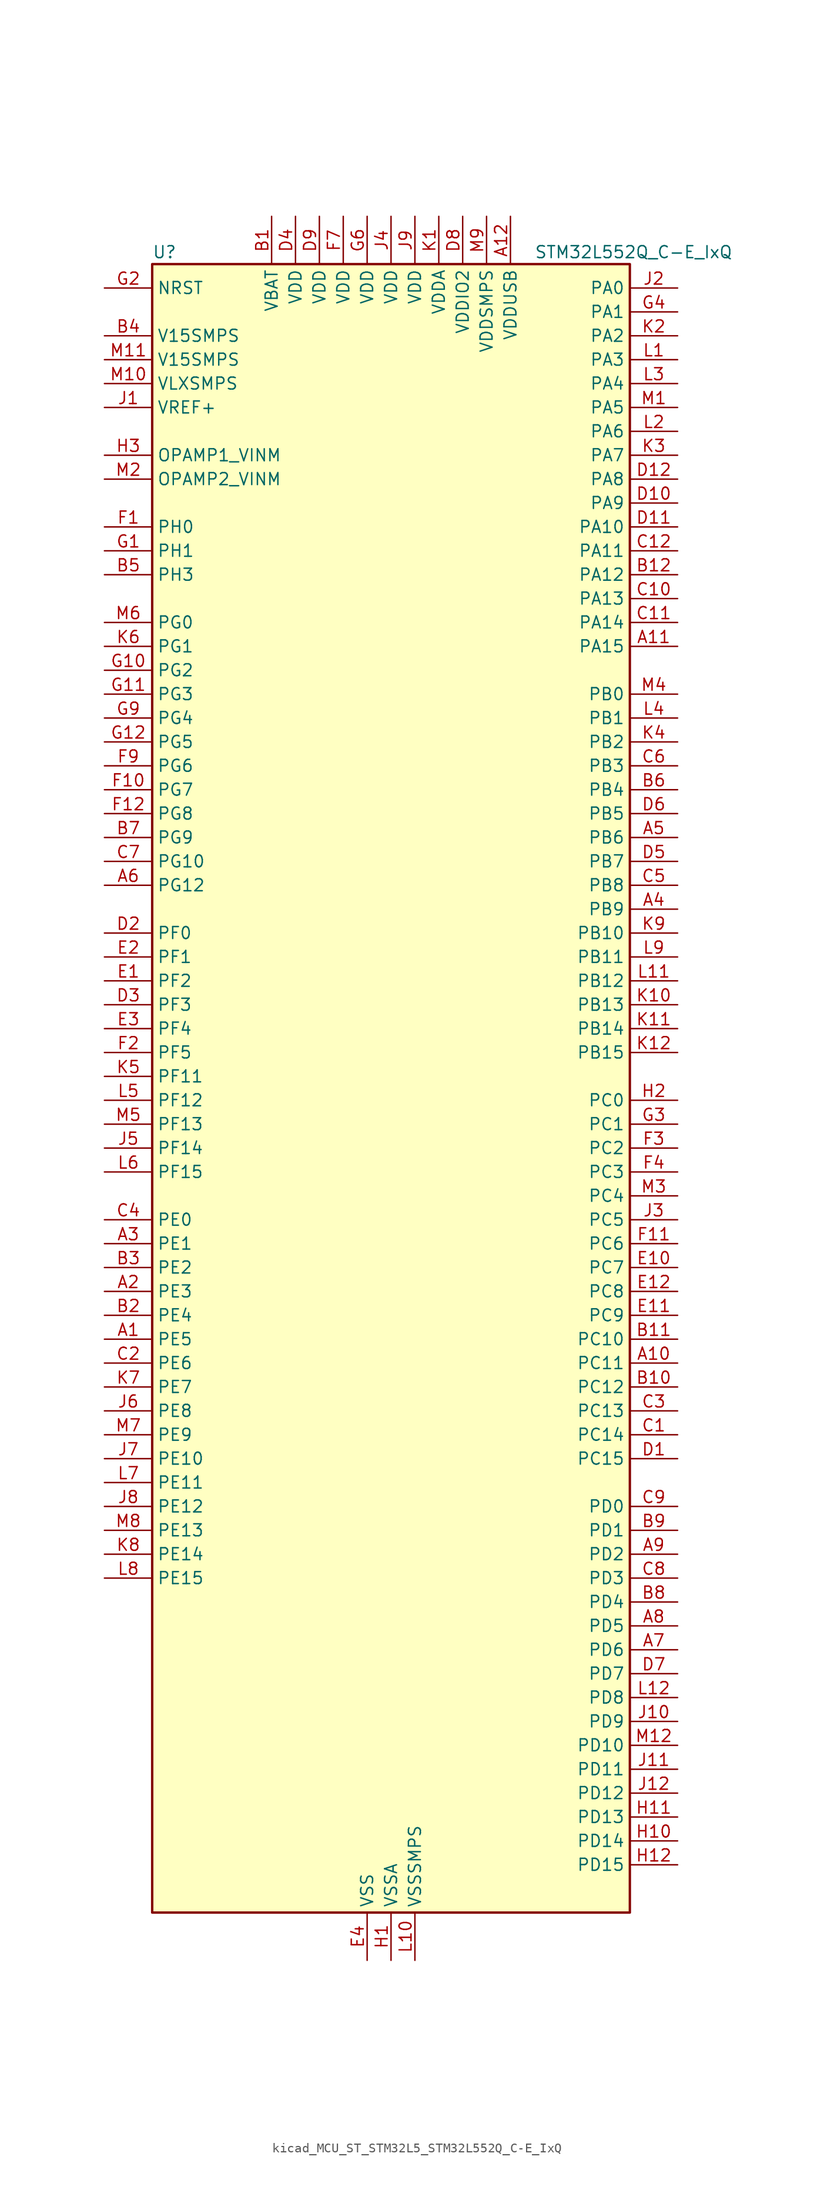
<source format=kicad_sym>
(kicad_symbol_lib
  (version 20220914)
  (generator kicad_symbol_editor)
  (symbol "kicad_MCU_ST_STM32L5_STM32L552Q_C-E_IxQ"
    (property "Reference" "U"
      (at -25.4 90.17 0)
      (effects (font (size 1.27 1.27)) (justify left)))
    (property "Value" "STM32L552Q_C-E_IxQ"
      (at 15.24 90.17 0)
      (effects (font (size 1.27 1.27)) (justify left)))
    (property "ki_locked" ""
      (at 0 0 0)
      (effects (font (size 1.27 1.27))))
    (symbol "kicad_MCU_ST_STM32L5_STM32L552Q_C-E_IxQ_0_1"
      (rectangle (start -25.4 -86.36) (end 25.4 88.9) (stroke (width 0.254) (type default)) (fill (type background))))
    (symbol "kicad_MCU_ST_STM32L5_STM32L552Q_C-E_IxQ_1_1"
      (pin bidirectional line (at -30.48 -25.4 0) (length 5.08) (name "PE5" (effects (font (size 1.27 1.27)))) (number "A1" (effects (font (size 1.27 1.27)))) (alternate "DEBUG_TRACED2" bidirectional line) (alternate "DFSDM1_CKIN3" bidirectional line) (alternate "FMC_A21" bidirectional line) (alternate "SAI1_CK2" bidirectional line) (alternate "SAI1_SCK_A" bidirectional line) (alternate "TIM3_CH3" bidirectional line) (alternate "TSC_G7_IO4" bidirectional line))
      (pin bidirectional line (at 30.48 -27.94 180) (length 5.08) (name "PC11" (effects (font (size 1.27 1.27)))) (number "A10" (effects (font (size 1.27 1.27)))) (alternate "ADC1_EXTI11" bidirectional line) (alternate "ADC2_EXTI11" bidirectional line) (alternate "LPTIM3_IN1" bidirectional line) (alternate "OCTOSPI1_NCS" bidirectional line) (alternate "SAI2_MCLK_B" bidirectional line) (alternate "SDMMC1_D3" bidirectional line) (alternate "SPI3_MISO" bidirectional line) (alternate "TSC_G3_IO3" bidirectional line) (alternate "UART4_RX" bidirectional line) (alternate "UCPD1_FRSTX2" bidirectional line) (alternate "USART3_RX" bidirectional line))
      (pin bidirectional line (at 30.48 48.26 180) (length 5.08) (name "PA15" (effects (font (size 1.27 1.27)))) (number "A11" (effects (font (size 1.27 1.27)))) (alternate "ADC1_EXTI15" bidirectional line) (alternate "ADC2_EXTI15" bidirectional line) (alternate "DEBUG_JTDI" bidirectional line) (alternate "SAI2_FS_B" bidirectional line) (alternate "SPI1_NSS" bidirectional line) (alternate "SPI3_NSS" bidirectional line) (alternate "TIM2_CH1" bidirectional line) (alternate "TIM2_ETR" bidirectional line) (alternate "UART4_DE" bidirectional line) (alternate "UART4_RTS" bidirectional line) (alternate "UCPD1_CC1" bidirectional line) (alternate "USART2_RX" bidirectional line) (alternate "USART3_DE" bidirectional line) (alternate "USART3_RTS" bidirectional line))
      (pin power_in line (at 12.7 93.98 270) (length 5.08) (name "VDDUSB" (effects (font (size 1.27 1.27)))) (number "A12" (effects (font (size 1.27 1.27)))))
      (pin bidirectional line (at -30.48 -20.32 0) (length 5.08) (name "PE3" (effects (font (size 1.27 1.27)))) (number "A2" (effects (font (size 1.27 1.27)))) (alternate "DEBUG_TRACED0" bidirectional line) (alternate "FMC_A19" bidirectional line) (alternate "OCTOSPI1_DQS" bidirectional line) (alternate "SAI1_SD_B" bidirectional line) (alternate "TIM3_CH1" bidirectional line) (alternate "TSC_G7_IO2" bidirectional line))
      (pin bidirectional line (at -30.48 -15.24 0) (length 5.08) (name "PE1" (effects (font (size 1.27 1.27)))) (number "A3" (effects (font (size 1.27 1.27)))) (alternate "FMC_NBL1" bidirectional line) (alternate "TIM17_CH1" bidirectional line))
      (pin bidirectional line (at 30.48 20.32 180) (length 5.08) (name "PB9" (effects (font (size 1.27 1.27)))) (number "A4" (effects (font (size 1.27 1.27)))) (alternate "DAC1_EXTI9" bidirectional line) (alternate "FDCAN1_TX" bidirectional line) (alternate "I2C1_SDA" bidirectional line) (alternate "IR_OUT" bidirectional line) (alternate "SAI1_D2" bidirectional line) (alternate "SAI1_FS_A" bidirectional line) (alternate "SDMMC1_CDIR" bidirectional line) (alternate "SDMMC1_D5" bidirectional line) (alternate "SPI2_NSS" bidirectional line) (alternate "TIM17_CH1" bidirectional line) (alternate "TIM4_CH4" bidirectional line))
      (pin bidirectional line (at 30.48 27.94 180) (length 5.08) (name "PB6" (effects (font (size 1.27 1.27)))) (number "A5" (effects (font (size 1.27 1.27)))) (alternate "COMP2_INP" bidirectional line) (alternate "I2C1_SCL" bidirectional line) (alternate "I2C4_SCL" bidirectional line) (alternate "LPTIM1_ETR" bidirectional line) (alternate "SAI1_FS_B" bidirectional line) (alternate "TIM16_CH1N" bidirectional line) (alternate "TIM4_CH1" bidirectional line) (alternate "TIM8_BKIN2" bidirectional line) (alternate "TSC_G2_IO3" bidirectional line) (alternate "USART1_TX" bidirectional line))
      (pin bidirectional line (at -30.48 22.86 0) (length 5.08) (name "PG12" (effects (font (size 1.27 1.27)))) (number "A6" (effects (font (size 1.27 1.27)))) (alternate "FMC_NE4" bidirectional line) (alternate "LPTIM1_ETR" bidirectional line) (alternate "SAI2_SD_A" bidirectional line) (alternate "SPI3_NSS" bidirectional line) (alternate "USART1_DE" bidirectional line) (alternate "USART1_RTS" bidirectional line))
      (pin bidirectional line (at 30.48 -58.42 180) (length 5.08) (name "PD6" (effects (font (size 1.27 1.27)))) (number "A7" (effects (font (size 1.27 1.27)))) (alternate "DFSDM1_DATIN1" bidirectional line) (alternate "FMC_NWAIT" bidirectional line) (alternate "OCTOSPI1_IO6" bidirectional line) (alternate "SAI1_D1" bidirectional line) (alternate "SAI1_SD_A" bidirectional line) (alternate "SPI3_MOSI" bidirectional line) (alternate "USART2_RX" bidirectional line))
      (pin bidirectional line (at 30.48 -55.88 180) (length 5.08) (name "PD5" (effects (font (size 1.27 1.27)))) (number "A8" (effects (font (size 1.27 1.27)))) (alternate "FMC_NWE" bidirectional line) (alternate "OCTOSPI1_IO5" bidirectional line) (alternate "USART2_TX" bidirectional line))
      (pin bidirectional line (at 30.48 -48.26 180) (length 5.08) (name "PD2" (effects (font (size 1.27 1.27)))) (number "A9" (effects (font (size 1.27 1.27)))) (alternate "DEBUG_TRACED2" bidirectional line) (alternate "SDMMC1_CMD" bidirectional line) (alternate "TIM3_ETR" bidirectional line) (alternate "TSC_SYNC" bidirectional line) (alternate "UART5_RX" bidirectional line) (alternate "USART3_DE" bidirectional line) (alternate "USART3_RTS" bidirectional line))
      (pin power_in line (at -12.7 93.98 270) (length 5.08) (name "VBAT" (effects (font (size 1.27 1.27)))) (number "B1" (effects (font (size 1.27 1.27)))))
      (pin bidirectional line (at 30.48 -30.48 180) (length 5.08) (name "PC12" (effects (font (size 1.27 1.27)))) (number "B10" (effects (font (size 1.27 1.27)))) (alternate "DEBUG_TRACED3" bidirectional line) (alternate "SAI2_SD_B" bidirectional line) (alternate "SDMMC1_CK" bidirectional line) (alternate "SPI3_MOSI" bidirectional line) (alternate "TSC_G3_IO4" bidirectional line) (alternate "UART5_TX" bidirectional line) (alternate "USART3_CK" bidirectional line))
      (pin bidirectional line (at 30.48 -25.4 180) (length 5.08) (name "PC10" (effects (font (size 1.27 1.27)))) (number "B11" (effects (font (size 1.27 1.27)))) (alternate "DEBUG_TRACED1" bidirectional line) (alternate "LPTIM3_ETR" bidirectional line) (alternate "SAI2_SCK_B" bidirectional line) (alternate "SDMMC1_D2" bidirectional line) (alternate "SPI3_SCK" bidirectional line) (alternate "TSC_G3_IO2" bidirectional line) (alternate "UART4_TX" bidirectional line) (alternate "USART3_TX" bidirectional line))
      (pin bidirectional line (at 30.48 55.88 180) (length 5.08) (name "PA12" (effects (font (size 1.27 1.27)))) (number "B12" (effects (font (size 1.27 1.27)))) (alternate "FDCAN1_TX" bidirectional line) (alternate "SPI1_MOSI" bidirectional line) (alternate "TIM1_ETR" bidirectional line) (alternate "USART1_DE" bidirectional line) (alternate "USART1_RTS" bidirectional line) (alternate "USB_DP" bidirectional line))
      (pin bidirectional line (at -30.48 -22.86 0) (length 5.08) (name "PE4" (effects (font (size 1.27 1.27)))) (number "B2" (effects (font (size 1.27 1.27)))) (alternate "DEBUG_TRACED1" bidirectional line) (alternate "DFSDM1_DATIN3" bidirectional line) (alternate "FMC_A20" bidirectional line) (alternate "SAI1_D2" bidirectional line) (alternate "SAI1_FS_A" bidirectional line) (alternate "TIM3_CH2" bidirectional line) (alternate "TSC_G7_IO3" bidirectional line))
      (pin bidirectional line (at -30.48 -17.78 0) (length 5.08) (name "PE2" (effects (font (size 1.27 1.27)))) (number "B3" (effects (font (size 1.27 1.27)))) (alternate "DEBUG_TRACECLK" bidirectional line) (alternate "FMC_A23" bidirectional line) (alternate "SAI1_CK1" bidirectional line) (alternate "SAI1_MCLK_A" bidirectional line) (alternate "TIM3_ETR" bidirectional line) (alternate "TSC_G7_IO1" bidirectional line))
      (pin power_in line (at -30.48 81.28 0) (length 5.08) (name "V15SMPS" (effects (font (size 1.27 1.27)))) (number "B4" (effects (font (size 1.27 1.27)))))
      (pin bidirectional line (at -30.48 55.88 0) (length 5.08) (name "PH3" (effects (font (size 1.27 1.27)))) (number "B5" (effects (font (size 1.27 1.27)))))
      (pin bidirectional line (at 30.48 33.02 180) (length 5.08) (name "PB4" (effects (font (size 1.27 1.27)))) (number "B6" (effects (font (size 1.27 1.27)))) (alternate "COMP2_INP" bidirectional line) (alternate "DEBUG_JTRST" bidirectional line) (alternate "I2C3_SDA" bidirectional line) (alternate "SAI1_MCLK_B" bidirectional line) (alternate "SPI1_MISO" bidirectional line) (alternate "SPI3_MISO" bidirectional line) (alternate "TIM17_BKIN" bidirectional line) (alternate "TIM3_CH1" bidirectional line) (alternate "TSC_G2_IO1" bidirectional line) (alternate "UART5_DE" bidirectional line) (alternate "UART5_RTS" bidirectional line) (alternate "USART1_CTS" bidirectional line) (alternate "USART1_NSS" bidirectional line))
      (pin bidirectional line (at -30.48 27.94 0) (length 5.08) (name "PG9" (effects (font (size 1.27 1.27)))) (number "B7" (effects (font (size 1.27 1.27)))) (alternate "DAC1_EXTI9" bidirectional line) (alternate "FMC_NCE" bidirectional line) (alternate "FMC_NE2" bidirectional line) (alternate "SAI2_SCK_A" bidirectional line) (alternate "SPI3_SCK" bidirectional line) (alternate "TIM15_CH1N" bidirectional line) (alternate "USART1_TX" bidirectional line))
      (pin bidirectional line (at 30.48 -53.34 180) (length 5.08) (name "PD4" (effects (font (size 1.27 1.27)))) (number "B8" (effects (font (size 1.27 1.27)))) (alternate "DFSDM1_CKIN0" bidirectional line) (alternate "FMC_NOE" bidirectional line) (alternate "OCTOSPI1_IO4" bidirectional line) (alternate "SPI2_MOSI" bidirectional line) (alternate "USART2_DE" bidirectional line) (alternate "USART2_RTS" bidirectional line))
      (pin bidirectional line (at 30.48 -45.72 180) (length 5.08) (name "PD1" (effects (font (size 1.27 1.27)))) (number "B9" (effects (font (size 1.27 1.27)))) (alternate "FDCAN1_TX" bidirectional line) (alternate "FMC_D3" bidirectional line) (alternate "FMC_DA3" bidirectional line) (alternate "SPI2_SCK" bidirectional line))
      (pin bidirectional line (at 30.48 -35.56 180) (length 5.08) (name "PC14" (effects (font (size 1.27 1.27)))) (number "C1" (effects (font (size 1.27 1.27)))) (alternate "RCC_OSC32_IN" bidirectional line))
      (pin bidirectional line (at 30.48 53.34 180) (length 5.08) (name "PA13" (effects (font (size 1.27 1.27)))) (number "C10" (effects (font (size 1.27 1.27)))) (alternate "DEBUG_JTMS-SWDIO" bidirectional line) (alternate "IR_OUT" bidirectional line) (alternate "SAI1_SD_B" bidirectional line) (alternate "USB_NOE" bidirectional line))
      (pin bidirectional line (at 30.48 50.8 180) (length 5.08) (name "PA14" (effects (font (size 1.27 1.27)))) (number "C11" (effects (font (size 1.27 1.27)))) (alternate "DEBUG_JTCK-SWCLK" bidirectional line) (alternate "I2C1_SMBA" bidirectional line) (alternate "I2C4_SMBA" bidirectional line) (alternate "LPTIM1_OUT" bidirectional line) (alternate "SAI1_FS_B" bidirectional line))
      (pin bidirectional line (at 30.48 58.42 180) (length 5.08) (name "PA11" (effects (font (size 1.27 1.27)))) (number "C12" (effects (font (size 1.27 1.27)))) (alternate "ADC1_EXTI11" bidirectional line) (alternate "ADC2_EXTI11" bidirectional line) (alternate "FDCAN1_RX" bidirectional line) (alternate "SPI1_MISO" bidirectional line) (alternate "TIM1_BKIN2" bidirectional line) (alternate "TIM1_CH4" bidirectional line) (alternate "USART1_CTS" bidirectional line) (alternate "USART1_NSS" bidirectional line) (alternate "USB_DM" bidirectional line))
      (pin bidirectional line (at -30.48 -27.94 0) (length 5.08) (name "PE6" (effects (font (size 1.27 1.27)))) (number "C2" (effects (font (size 1.27 1.27)))) (alternate "DEBUG_TRACED3" bidirectional line) (alternate "FMC_A22" bidirectional line) (alternate "PWR_WKUP3" bidirectional line) (alternate "SAI1_D1" bidirectional line) (alternate "SAI1_SD_A" bidirectional line) (alternate "TAMP_IN3" bidirectional line) (alternate "TAMP_OUT6" bidirectional line) (alternate "TIM3_CH4" bidirectional line))
      (pin bidirectional line (at 30.48 -33.02 180) (length 5.08) (name "PC13" (effects (font (size 1.27 1.27)))) (number "C3" (effects (font (size 1.27 1.27)))) (alternate "PWR_WKUP2" bidirectional line) (alternate "RTC_OUT1" bidirectional line) (alternate "RTC_TS" bidirectional line) (alternate "TAMP_IN1" bidirectional line) (alternate "TAMP_OUT2" bidirectional line))
      (pin bidirectional line (at -30.48 -12.7 0) (length 5.08) (name "PE0" (effects (font (size 1.27 1.27)))) (number "C4" (effects (font (size 1.27 1.27)))) (alternate "FMC_NBL0" bidirectional line) (alternate "TIM16_CH1" bidirectional line) (alternate "TIM4_ETR" bidirectional line))
      (pin bidirectional line (at 30.48 22.86 180) (length 5.08) (name "PB8" (effects (font (size 1.27 1.27)))) (number "C5" (effects (font (size 1.27 1.27)))) (alternate "DFSDM1_CKOUT" bidirectional line) (alternate "FDCAN1_RX" bidirectional line) (alternate "I2C1_SCL" bidirectional line) (alternate "SAI1_CK1" bidirectional line) (alternate "SAI1_MCLK_A" bidirectional line) (alternate "SDMMC1_CKIN" bidirectional line) (alternate "SDMMC1_D4" bidirectional line) (alternate "TIM16_CH1" bidirectional line) (alternate "TIM4_CH3" bidirectional line))
      (pin bidirectional line (at 30.48 35.56 180) (length 5.08) (name "PB3" (effects (font (size 1.27 1.27)))) (number "C6" (effects (font (size 1.27 1.27)))) (alternate "COMP2_INM" bidirectional line) (alternate "CRS_SYNC" bidirectional line) (alternate "DEBUG_JTDO-SWO" bidirectional line) (alternate "SAI1_SCK_B" bidirectional line) (alternate "SPI1_SCK" bidirectional line) (alternate "SPI3_SCK" bidirectional line) (alternate "TIM2_CH2" bidirectional line) (alternate "USART1_DE" bidirectional line) (alternate "USART1_RTS" bidirectional line))
      (pin bidirectional line (at -30.48 25.4 0) (length 5.08) (name "PG10" (effects (font (size 1.27 1.27)))) (number "C7" (effects (font (size 1.27 1.27)))) (alternate "FMC_NE3" bidirectional line) (alternate "LPTIM1_IN1" bidirectional line) (alternate "SAI2_FS_A" bidirectional line) (alternate "SPI3_MISO" bidirectional line) (alternate "TIM15_CH1" bidirectional line) (alternate "USART1_RX" bidirectional line))
      (pin bidirectional line (at 30.48 -50.8 180) (length 5.08) (name "PD3" (effects (font (size 1.27 1.27)))) (number "C8" (effects (font (size 1.27 1.27)))) (alternate "DFSDM1_DATIN0" bidirectional line) (alternate "FMC_CLK" bidirectional line) (alternate "SPI2_MISO" bidirectional line) (alternate "SPI2_SCK" bidirectional line) (alternate "USART2_CTS" bidirectional line) (alternate "USART2_NSS" bidirectional line))
      (pin bidirectional line (at 30.48 -43.18 180) (length 5.08) (name "PD0" (effects (font (size 1.27 1.27)))) (number "C9" (effects (font (size 1.27 1.27)))) (alternate "FDCAN1_RX" bidirectional line) (alternate "FMC_D2" bidirectional line) (alternate "FMC_DA2" bidirectional line) (alternate "SPI2_NSS" bidirectional line))
      (pin bidirectional line (at 30.48 -38.1 180) (length 5.08) (name "PC15" (effects (font (size 1.27 1.27)))) (number "D1" (effects (font (size 1.27 1.27)))) (alternate "ADC1_EXTI15" bidirectional line) (alternate "ADC2_EXTI15" bidirectional line) (alternate "RCC_OSC32_OUT" bidirectional line))
      (pin bidirectional line (at 30.48 63.5 180) (length 5.08) (name "PA9" (effects (font (size 1.27 1.27)))) (number "D10" (effects (font (size 1.27 1.27)))) (alternate "DAC1_EXTI9" bidirectional line) (alternate "SAI1_FS_A" bidirectional line) (alternate "SPI2_SCK" bidirectional line) (alternate "TIM15_BKIN" bidirectional line) (alternate "TIM1_CH2" bidirectional line) (alternate "USART1_TX" bidirectional line))
      (pin bidirectional line (at 30.48 60.96 180) (length 5.08) (name "PA10" (effects (font (size 1.27 1.27)))) (number "D11" (effects (font (size 1.27 1.27)))) (alternate "CRS_SYNC" bidirectional line) (alternate "SAI1_D1" bidirectional line) (alternate "SAI1_SD_A" bidirectional line) (alternate "TIM17_BKIN" bidirectional line) (alternate "TIM1_CH3" bidirectional line) (alternate "USART1_RX" bidirectional line))
      (pin bidirectional line (at 30.48 66.04 180) (length 5.08) (name "PA8" (effects (font (size 1.27 1.27)))) (number "D12" (effects (font (size 1.27 1.27)))) (alternate "LPTIM2_OUT" bidirectional line) (alternate "RCC_MCO" bidirectional line) (alternate "SAI1_CK2" bidirectional line) (alternate "SAI1_SCK_A" bidirectional line) (alternate "TIM1_CH1" bidirectional line) (alternate "USART1_CK" bidirectional line))
      (pin bidirectional line (at -30.48 17.78 0) (length 5.08) (name "PF0" (effects (font (size 1.27 1.27)))) (number "D2" (effects (font (size 1.27 1.27)))) (alternate "FMC_A0" bidirectional line) (alternate "I2C2_SDA" bidirectional line))
      (pin bidirectional line (at -30.48 10.16 0) (length 5.08) (name "PF3" (effects (font (size 1.27 1.27)))) (number "D3" (effects (font (size 1.27 1.27)))) (alternate "FMC_A3" bidirectional line) (alternate "LPTIM3_IN1" bidirectional line))
      (pin power_in line (at -10.16 93.98 270) (length 5.08) (name "VDD" (effects (font (size 1.27 1.27)))) (number "D4" (effects (font (size 1.27 1.27)))))
      (pin bidirectional line (at 30.48 25.4 180) (length 5.08) (name "PB7" (effects (font (size 1.27 1.27)))) (number "D5" (effects (font (size 1.27 1.27)))) (alternate "COMP2_INM" bidirectional line) (alternate "FMC_NL" bidirectional line) (alternate "I2C1_SDA" bidirectional line) (alternate "I2C4_SDA" bidirectional line) (alternate "LPTIM1_IN2" bidirectional line) (alternate "PWR_PVD_IN" bidirectional line) (alternate "TIM17_CH1N" bidirectional line) (alternate "TIM4_CH2" bidirectional line) (alternate "TIM8_BKIN" bidirectional line) (alternate "TSC_G2_IO4" bidirectional line) (alternate "UART4_CTS" bidirectional line) (alternate "USART1_RX" bidirectional line))
      (pin bidirectional line (at 30.48 30.48 180) (length 5.08) (name "PB5" (effects (font (size 1.27 1.27)))) (number "D6" (effects (font (size 1.27 1.27)))) (alternate "COMP2_OUT" bidirectional line) (alternate "I2C1_SMBA" bidirectional line) (alternate "LPTIM1_IN1" bidirectional line) (alternate "OCTOSPI1_NCLK" bidirectional line) (alternate "SAI1_SD_B" bidirectional line) (alternate "SPI1_MOSI" bidirectional line) (alternate "SPI3_MOSI" bidirectional line) (alternate "TIM16_BKIN" bidirectional line) (alternate "TIM3_CH2" bidirectional line) (alternate "TSC_G2_IO2" bidirectional line) (alternate "UART5_CTS" bidirectional line) (alternate "UCPD1_DBCC1" bidirectional line) (alternate "USART1_CK" bidirectional line))
      (pin bidirectional line (at 30.48 -60.96 180) (length 5.08) (name "PD7" (effects (font (size 1.27 1.27)))) (number "D7" (effects (font (size 1.27 1.27)))) (alternate "DFSDM1_CKIN1" bidirectional line) (alternate "FMC_NCE" bidirectional line) (alternate "FMC_NE1" bidirectional line) (alternate "OCTOSPI1_IO7" bidirectional line) (alternate "USART2_CK" bidirectional line))
      (pin power_in line (at 7.62 93.98 270) (length 5.08) (name "VDDIO2" (effects (font (size 1.27 1.27)))) (number "D8" (effects (font (size 1.27 1.27)))))
      (pin power_in line (at -7.62 93.98 270) (length 5.08) (name "VDD" (effects (font (size 1.27 1.27)))) (number "D9" (effects (font (size 1.27 1.27)))))
      (pin bidirectional line (at -30.48 12.7 0) (length 5.08) (name "PF2" (effects (font (size 1.27 1.27)))) (number "E1" (effects (font (size 1.27 1.27)))) (alternate "FMC_A2" bidirectional line) (alternate "I2C2_SMBA" bidirectional line))
      (pin bidirectional line (at 30.48 -17.78 180) (length 5.08) (name "PC7" (effects (font (size 1.27 1.27)))) (number "E10" (effects (font (size 1.27 1.27)))) (alternate "DFSDM1_DATIN3" bidirectional line) (alternate "SAI2_MCLK_B" bidirectional line) (alternate "SDMMC1_D123DIR" bidirectional line) (alternate "SDMMC1_D7" bidirectional line) (alternate "TIM3_CH2" bidirectional line) (alternate "TIM8_CH2" bidirectional line) (alternate "TSC_G4_IO2" bidirectional line))
      (pin bidirectional line (at 30.48 -22.86 180) (length 5.08) (name "PC9" (effects (font (size 1.27 1.27)))) (number "E11" (effects (font (size 1.27 1.27)))) (alternate "DAC1_EXTI9" bidirectional line) (alternate "DEBUG_TRACED0" bidirectional line) (alternate "SAI2_EXTCLK" bidirectional line) (alternate "SDMMC1_D1" bidirectional line) (alternate "TIM3_CH4" bidirectional line) (alternate "TIM8_BKIN2" bidirectional line) (alternate "TIM8_CH4" bidirectional line) (alternate "TSC_G4_IO4" bidirectional line) (alternate "USB_NOE" bidirectional line))
      (pin bidirectional line (at 30.48 -20.32 180) (length 5.08) (name "PC8" (effects (font (size 1.27 1.27)))) (number "E12" (effects (font (size 1.27 1.27)))) (alternate "SDMMC1_D0" bidirectional line) (alternate "TIM3_CH3" bidirectional line) (alternate "TIM8_CH3" bidirectional line) (alternate "TSC_G4_IO3" bidirectional line))
      (pin bidirectional line (at -30.48 15.24 0) (length 5.08) (name "PF1" (effects (font (size 1.27 1.27)))) (number "E2" (effects (font (size 1.27 1.27)))) (alternate "FMC_A1" bidirectional line) (alternate "I2C2_SCL" bidirectional line))
      (pin bidirectional line (at -30.48 7.62 0) (length 5.08) (name "PF4" (effects (font (size 1.27 1.27)))) (number "E3" (effects (font (size 1.27 1.27)))) (alternate "FMC_A4" bidirectional line) (alternate "LPTIM3_ETR" bidirectional line))
      (pin power_in line (at -2.54 -91.44 90) (length 5.08) (name "VSS" (effects (font (size 1.27 1.27)))) (number "E4" (effects (font (size 1.27 1.27)))))
      (pin passive line (at -2.54 -91.44 90) (length 5.08) hide (name "VSS" (effects (font (size 1.27 1.27)))) (number "E9" (effects (font (size 1.27 1.27)))))
      (pin bidirectional line (at -30.48 60.96 0) (length 5.08) (name "PH0" (effects (font (size 1.27 1.27)))) (number "F1" (effects (font (size 1.27 1.27)))) (alternate "RCC_OSC_IN" bidirectional line))
      (pin bidirectional line (at -30.48 33.02 0) (length 5.08) (name "PG7" (effects (font (size 1.27 1.27)))) (number "F10" (effects (font (size 1.27 1.27)))) (alternate "DFSDM1_CKOUT" bidirectional line) (alternate "FMC_INT" bidirectional line) (alternate "I2C3_SCL" bidirectional line) (alternate "LPUART1_TX" bidirectional line) (alternate "SAI1_CK1" bidirectional line) (alternate "SAI1_MCLK_A" bidirectional line) (alternate "UCPD1_FRSTX2" bidirectional line))
      (pin bidirectional line (at 30.48 -15.24 180) (length 5.08) (name "PC6" (effects (font (size 1.27 1.27)))) (number "F11" (effects (font (size 1.27 1.27)))) (alternate "DFSDM1_CKIN3" bidirectional line) (alternate "SAI2_MCLK_A" bidirectional line) (alternate "SDMMC1_D0DIR" bidirectional line) (alternate "SDMMC1_D6" bidirectional line) (alternate "TIM3_CH1" bidirectional line) (alternate "TIM8_CH1" bidirectional line) (alternate "TSC_G4_IO1" bidirectional line))
      (pin bidirectional line (at -30.48 30.48 0) (length 5.08) (name "PG8" (effects (font (size 1.27 1.27)))) (number "F12" (effects (font (size 1.27 1.27)))) (alternate "I2C3_SDA" bidirectional line) (alternate "LPUART1_RX" bidirectional line))
      (pin bidirectional line (at -30.48 5.08 0) (length 5.08) (name "PF5" (effects (font (size 1.27 1.27)))) (number "F2" (effects (font (size 1.27 1.27)))) (alternate "FMC_A5" bidirectional line) (alternate "LPTIM3_OUT" bidirectional line))
      (pin bidirectional line (at 30.48 -5.08 180) (length 5.08) (name "PC2" (effects (font (size 1.27 1.27)))) (number "F3" (effects (font (size 1.27 1.27)))) (alternate "ADC1_IN3" bidirectional line) (alternate "ADC2_IN3" bidirectional line) (alternate "DFSDM1_CKOUT" bidirectional line) (alternate "LPTIM1_IN2" bidirectional line) (alternate "OCTOSPI1_IO5" bidirectional line) (alternate "SPI2_MISO" bidirectional line))
      (pin bidirectional line (at 30.48 -7.62 180) (length 5.08) (name "PC3" (effects (font (size 1.27 1.27)))) (number "F4" (effects (font (size 1.27 1.27)))) (alternate "ADC1_IN4" bidirectional line) (alternate "ADC2_IN4" bidirectional line) (alternate "LPTIM1_ETR" bidirectional line) (alternate "LPTIM2_ETR" bidirectional line) (alternate "LPTIM3_OUT" bidirectional line) (alternate "OCTOSPI1_IO6" bidirectional line) (alternate "SAI1_D1" bidirectional line) (alternate "SAI1_SD_A" bidirectional line) (alternate "SPI2_MOSI" bidirectional line))
      (pin passive line (at -2.54 -91.44 90) (length 5.08) hide (name "VSS" (effects (font (size 1.27 1.27)))) (number "F6" (effects (font (size 1.27 1.27)))))
      (pin power_in line (at -5.08 93.98 270) (length 5.08) (name "VDD" (effects (font (size 1.27 1.27)))) (number "F7" (effects (font (size 1.27 1.27)))))
      (pin bidirectional line (at -30.48 35.56 0) (length 5.08) (name "PG6" (effects (font (size 1.27 1.27)))) (number "F9" (effects (font (size 1.27 1.27)))) (alternate "I2C3_SMBA" bidirectional line) (alternate "LPUART1_DE" bidirectional line) (alternate "LPUART1_RTS" bidirectional line) (alternate "OCTOSPI1_DQS" bidirectional line) (alternate "UCPD1_FRSTX1" bidirectional line))
      (pin bidirectional line (at -30.48 58.42 0) (length 5.08) (name "PH1" (effects (font (size 1.27 1.27)))) (number "G1" (effects (font (size 1.27 1.27)))) (alternate "RCC_OSC_OUT" bidirectional line))
      (pin bidirectional line (at -30.48 45.72 0) (length 5.08) (name "PG2" (effects (font (size 1.27 1.27)))) (number "G10" (effects (font (size 1.27 1.27)))) (alternate "FMC_A12" bidirectional line) (alternate "SAI2_SCK_B" bidirectional line) (alternate "SPI1_SCK" bidirectional line))
      (pin bidirectional line (at -30.48 43.18 0) (length 5.08) (name "PG3" (effects (font (size 1.27 1.27)))) (number "G11" (effects (font (size 1.27 1.27)))) (alternate "FMC_A13" bidirectional line) (alternate "SAI2_FS_B" bidirectional line) (alternate "SPI1_MISO" bidirectional line))
      (pin bidirectional line (at -30.48 38.1 0) (length 5.08) (name "PG5" (effects (font (size 1.27 1.27)))) (number "G12" (effects (font (size 1.27 1.27)))) (alternate "FMC_A15" bidirectional line) (alternate "LPUART1_CTS" bidirectional line) (alternate "SAI2_SD_B" bidirectional line) (alternate "SPI1_NSS" bidirectional line))
      (pin input line (at -30.48 86.36 0) (length 5.08) (name "NRST" (effects (font (size 1.27 1.27)))) (number "G2" (effects (font (size 1.27 1.27)))))
      (pin bidirectional line (at 30.48 -2.54 180) (length 5.08) (name "PC1" (effects (font (size 1.27 1.27)))) (number "G3" (effects (font (size 1.27 1.27)))) (alternate "ADC1_IN2" bidirectional line) (alternate "ADC2_IN2" bidirectional line) (alternate "DEBUG_TRACED0" bidirectional line) (alternate "I2C3_SDA" bidirectional line) (alternate "LPTIM1_OUT" bidirectional line) (alternate "LPUART1_TX" bidirectional line) (alternate "OCTOSPI1_IO4" bidirectional line) (alternate "SAI1_SD_A" bidirectional line) (alternate "SPI2_MOSI" bidirectional line))
      (pin bidirectional line (at 30.48 83.82 180) (length 5.08) (name "PA1" (effects (font (size 1.27 1.27)))) (number "G4" (effects (font (size 1.27 1.27)))) (alternate "ADC1_IN6" bidirectional line) (alternate "ADC2_IN6" bidirectional line) (alternate "I2C1_SMBA" bidirectional line) (alternate "OCTOSPI1_DQS" bidirectional line) (alternate "OPAMP1_VINM" bidirectional line) (alternate "SPI1_SCK" bidirectional line) (alternate "TAMP_IN5" bidirectional line) (alternate "TAMP_OUT4" bidirectional line) (alternate "TIM15_CH1N" bidirectional line) (alternate "TIM2_CH2" bidirectional line) (alternate "TIM5_CH2" bidirectional line) (alternate "UART4_RX" bidirectional line) (alternate "USART2_DE" bidirectional line) (alternate "USART2_RTS" bidirectional line))
      (pin power_in line (at -2.54 93.98 270) (length 5.08) (name "VDD" (effects (font (size 1.27 1.27)))) (number "G6" (effects (font (size 1.27 1.27)))))
      (pin passive line (at -2.54 -91.44 90) (length 5.08) hide (name "VSS" (effects (font (size 1.27 1.27)))) (number "G7" (effects (font (size 1.27 1.27)))))
      (pin bidirectional line (at -30.48 40.64 0) (length 5.08) (name "PG4" (effects (font (size 1.27 1.27)))) (number "G9" (effects (font (size 1.27 1.27)))) (alternate "FMC_A14" bidirectional line) (alternate "SAI2_MCLK_B" bidirectional line) (alternate "SPI1_MOSI" bidirectional line))
      (pin power_in line (at 0 -91.44 90) (length 5.08) (name "VSSA" (effects (font (size 1.27 1.27)))) (number "H1" (effects (font (size 1.27 1.27)))))
      (pin bidirectional line (at 30.48 -78.74 180) (length 5.08) (name "PD14" (effects (font (size 1.27 1.27)))) (number "H10" (effects (font (size 1.27 1.27)))) (alternate "FMC_D0" bidirectional line) (alternate "FMC_DA0" bidirectional line) (alternate "TIM4_CH3" bidirectional line))
      (pin bidirectional line (at 30.48 -76.2 180) (length 5.08) (name "PD13" (effects (font (size 1.27 1.27)))) (number "H11" (effects (font (size 1.27 1.27)))) (alternate "FMC_A18" bidirectional line) (alternate "I2C4_SDA" bidirectional line) (alternate "LPTIM2_OUT" bidirectional line) (alternate "TIM4_CH2" bidirectional line) (alternate "TSC_G6_IO4" bidirectional line))
      (pin bidirectional line (at 30.48 -81.28 180) (length 5.08) (name "PD15" (effects (font (size 1.27 1.27)))) (number "H12" (effects (font (size 1.27 1.27)))) (alternate "ADC1_EXTI15" bidirectional line) (alternate "ADC2_EXTI15" bidirectional line) (alternate "FMC_D1" bidirectional line) (alternate "FMC_DA1" bidirectional line) (alternate "TIM4_CH4" bidirectional line))
      (pin bidirectional line (at 30.48 0 180) (length 5.08) (name "PC0" (effects (font (size 1.27 1.27)))) (number "H2" (effects (font (size 1.27 1.27)))) (alternate "ADC1_IN1" bidirectional line) (alternate "ADC2_IN1" bidirectional line) (alternate "I2C3_SCL" bidirectional line) (alternate "LPTIM1_IN1" bidirectional line) (alternate "LPTIM2_IN1" bidirectional line) (alternate "LPUART1_RX" bidirectional line) (alternate "OCTOSPI1_IO7" bidirectional line) (alternate "SAI2_FS_A" bidirectional line) (alternate "SDMMC1_D5" bidirectional line))
      (pin bidirectional line (at -30.48 68.58 0) (length 5.08) (name "OPAMP1_VINM" (effects (font (size 1.27 1.27)))) (number "H3" (effects (font (size 1.27 1.27)))) (alternate "OPAMP1_VINM" bidirectional line))
      (pin passive line (at -2.54 -91.44 90) (length 5.08) hide (name "VSS" (effects (font (size 1.27 1.27)))) (number "H4" (effects (font (size 1.27 1.27)))))
      (pin passive line (at -2.54 -91.44 90) (length 5.08) hide (name "VSS" (effects (font (size 1.27 1.27)))) (number "H9" (effects (font (size 1.27 1.27)))))
      (pin input line (at -30.48 73.66 0) (length 5.08) (name "VREF+" (effects (font (size 1.27 1.27)))) (number "J1" (effects (font (size 1.27 1.27)))))
      (pin bidirectional line (at 30.48 -66.04 180) (length 5.08) (name "PD9" (effects (font (size 1.27 1.27)))) (number "J10" (effects (font (size 1.27 1.27)))) (alternate "DAC1_EXTI9" bidirectional line) (alternate "FMC_D14" bidirectional line) (alternate "FMC_DA14" bidirectional line) (alternate "SAI2_MCLK_A" bidirectional line) (alternate "USART3_RX" bidirectional line))
      (pin bidirectional line (at 30.48 -71.12 180) (length 5.08) (name "PD11" (effects (font (size 1.27 1.27)))) (number "J11" (effects (font (size 1.27 1.27)))) (alternate "ADC1_EXTI11" bidirectional line) (alternate "ADC2_EXTI11" bidirectional line) (alternate "FMC_A16" bidirectional line) (alternate "FMC_CLE" bidirectional line) (alternate "I2C4_SMBA" bidirectional line) (alternate "LPTIM2_ETR" bidirectional line) (alternate "SAI2_SD_A" bidirectional line) (alternate "TSC_G6_IO2" bidirectional line) (alternate "USART3_CTS" bidirectional line) (alternate "USART3_NSS" bidirectional line))
      (pin bidirectional line (at 30.48 -73.66 180) (length 5.08) (name "PD12" (effects (font (size 1.27 1.27)))) (number "J12" (effects (font (size 1.27 1.27)))) (alternate "FMC_A17" bidirectional line) (alternate "FMC_ALE" bidirectional line) (alternate "I2C4_SCL" bidirectional line) (alternate "LPTIM2_IN1" bidirectional line) (alternate "SAI2_FS_A" bidirectional line) (alternate "TIM4_CH1" bidirectional line) (alternate "TSC_G6_IO3" bidirectional line) (alternate "USART3_DE" bidirectional line) (alternate "USART3_RTS" bidirectional line))
      (pin bidirectional line (at 30.48 86.36 180) (length 5.08) (name "PA0" (effects (font (size 1.27 1.27)))) (number "J2" (effects (font (size 1.27 1.27)))) (alternate "ADC1_IN5" bidirectional line) (alternate "ADC2_IN5" bidirectional line) (alternate "OPAMP1_VINP" bidirectional line) (alternate "PWR_WKUP1" bidirectional line) (alternate "SAI1_EXTCLK" bidirectional line) (alternate "TAMP_IN2" bidirectional line) (alternate "TAMP_OUT1" bidirectional line) (alternate "TIM2_CH1" bidirectional line) (alternate "TIM2_ETR" bidirectional line) (alternate "TIM5_CH1" bidirectional line) (alternate "TIM8_ETR" bidirectional line) (alternate "UART4_TX" bidirectional line) (alternate "USART2_CTS" bidirectional line) (alternate "USART2_NSS" bidirectional line))
      (pin bidirectional line (at 30.48 -12.7 180) (length 5.08) (name "PC5" (effects (font (size 1.27 1.27)))) (number "J3" (effects (font (size 1.27 1.27)))) (alternate "ADC1_IN14" bidirectional line) (alternate "ADC2_IN14" bidirectional line) (alternate "COMP1_INP" bidirectional line) (alternate "PWR_WKUP5" bidirectional line) (alternate "SAI1_D3" bidirectional line) (alternate "TAMP_IN4" bidirectional line) (alternate "TAMP_OUT5" bidirectional line) (alternate "USART3_RX" bidirectional line))
      (pin power_in line (at 0 93.98 270) (length 5.08) (name "VDD" (effects (font (size 1.27 1.27)))) (number "J4" (effects (font (size 1.27 1.27)))))
      (pin bidirectional line (at -30.48 -5.08 0) (length 5.08) (name "PF14" (effects (font (size 1.27 1.27)))) (number "J5" (effects (font (size 1.27 1.27)))) (alternate "FMC_A8" bidirectional line) (alternate "I2C4_SCL" bidirectional line) (alternate "TSC_G8_IO1" bidirectional line))
      (pin bidirectional line (at -30.48 -33.02 0) (length 5.08) (name "PE8" (effects (font (size 1.27 1.27)))) (number "J6" (effects (font (size 1.27 1.27)))) (alternate "DFSDM1_CKIN2" bidirectional line) (alternate "FMC_D5" bidirectional line) (alternate "FMC_DA5" bidirectional line) (alternate "SAI1_SCK_B" bidirectional line) (alternate "TIM1_CH1N" bidirectional line))
      (pin bidirectional line (at -30.48 -38.1 0) (length 5.08) (name "PE10" (effects (font (size 1.27 1.27)))) (number "J7" (effects (font (size 1.27 1.27)))) (alternate "FMC_D7" bidirectional line) (alternate "FMC_DA7" bidirectional line) (alternate "OCTOSPI1_CLK" bidirectional line) (alternate "SAI1_MCLK_B" bidirectional line) (alternate "TIM1_CH2N" bidirectional line) (alternate "TSC_G5_IO1" bidirectional line))
      (pin bidirectional line (at -30.48 -43.18 0) (length 5.08) (name "PE12" (effects (font (size 1.27 1.27)))) (number "J8" (effects (font (size 1.27 1.27)))) (alternate "FMC_D9" bidirectional line) (alternate "FMC_DA9" bidirectional line) (alternate "OCTOSPI1_IO0" bidirectional line) (alternate "SPI1_NSS" bidirectional line) (alternate "TIM1_CH3N" bidirectional line) (alternate "TSC_G5_IO3" bidirectional line))
      (pin power_in line (at 2.54 93.98 270) (length 5.08) (name "VDD" (effects (font (size 1.27 1.27)))) (number "J9" (effects (font (size 1.27 1.27)))))
      (pin power_in line (at 5.08 93.98 270) (length 5.08) (name "VDDA" (effects (font (size 1.27 1.27)))) (number "K1" (effects (font (size 1.27 1.27)))))
      (pin bidirectional line (at 30.48 10.16 180) (length 5.08) (name "PB13" (effects (font (size 1.27 1.27)))) (number "K10" (effects (font (size 1.27 1.27)))) (alternate "DFSDM1_CKIN1" bidirectional line) (alternate "I2C2_SCL" bidirectional line) (alternate "LPTIM3_IN1" bidirectional line) (alternate "LPUART1_CTS" bidirectional line) (alternate "SAI2_SCK_A" bidirectional line) (alternate "SPI2_SCK" bidirectional line) (alternate "TIM15_CH1N" bidirectional line) (alternate "TIM1_CH1N" bidirectional line) (alternate "TSC_G1_IO2" bidirectional line) (alternate "UCPD1_FRSTX2" bidirectional line) (alternate "USART3_CTS" bidirectional line) (alternate "USART3_NSS" bidirectional line))
      (pin bidirectional line (at 30.48 7.62 180) (length 5.08) (name "PB14" (effects (font (size 1.27 1.27)))) (number "K11" (effects (font (size 1.27 1.27)))) (alternate "DFSDM1_DATIN2" bidirectional line) (alternate "I2C2_SDA" bidirectional line) (alternate "LPTIM3_ETR" bidirectional line) (alternate "SAI2_MCLK_A" bidirectional line) (alternate "SPI2_MISO" bidirectional line) (alternate "TIM15_CH1" bidirectional line) (alternate "TIM1_CH2N" bidirectional line) (alternate "TIM8_CH2N" bidirectional line) (alternate "TSC_G1_IO3" bidirectional line) (alternate "UCPD1_DBCC2" bidirectional line) (alternate "USART3_DE" bidirectional line) (alternate "USART3_RTS" bidirectional line))
      (pin bidirectional line (at 30.48 5.08 180) (length 5.08) (name "PB15" (effects (font (size 1.27 1.27)))) (number "K12" (effects (font (size 1.27 1.27)))) (alternate "ADC1_EXTI15" bidirectional line) (alternate "ADC2_EXTI15" bidirectional line) (alternate "DFSDM1_CKIN2" bidirectional line) (alternate "RTC_REFIN" bidirectional line) (alternate "SAI2_SD_A" bidirectional line) (alternate "SPI2_MOSI" bidirectional line) (alternate "TIM15_CH2" bidirectional line) (alternate "TIM1_CH3N" bidirectional line) (alternate "TIM8_CH3N" bidirectional line) (alternate "UCPD1_CC2" bidirectional line))
      (pin bidirectional line (at 30.48 81.28 180) (length 5.08) (name "PA2" (effects (font (size 1.27 1.27)))) (number "K2" (effects (font (size 1.27 1.27)))) (alternate "ADC1_IN7" bidirectional line) (alternate "ADC2_IN7" bidirectional line) (alternate "COMP1_INP" bidirectional line) (alternate "LPUART1_TX" bidirectional line) (alternate "OCTOSPI1_NCS" bidirectional line) (alternate "PWR_WKUP4" bidirectional line) (alternate "RCC_LSCO" bidirectional line) (alternate "SAI2_EXTCLK" bidirectional line) (alternate "TIM15_CH1" bidirectional line) (alternate "TIM2_CH3" bidirectional line) (alternate "TIM5_CH3" bidirectional line) (alternate "UCPD1_FRSTX1" bidirectional line) (alternate "USART2_TX" bidirectional line))
      (pin bidirectional line (at 30.48 68.58 180) (length 5.08) (name "PA7" (effects (font (size 1.27 1.27)))) (number "K3" (effects (font (size 1.27 1.27)))) (alternate "ADC1_IN12" bidirectional line) (alternate "ADC2_IN12" bidirectional line) (alternate "I2C3_SCL" bidirectional line) (alternate "OCTOSPI1_IO2" bidirectional line) (alternate "OPAMP2_VINM" bidirectional line) (alternate "SPI1_MOSI" bidirectional line) (alternate "TIM17_CH1" bidirectional line) (alternate "TIM1_CH1N" bidirectional line) (alternate "TIM3_CH2" bidirectional line) (alternate "TIM8_CH1N" bidirectional line))
      (pin bidirectional line (at 30.48 38.1 180) (length 5.08) (name "PB2" (effects (font (size 1.27 1.27)))) (number "K4" (effects (font (size 1.27 1.27)))) (alternate "COMP1_INP" bidirectional line) (alternate "DFSDM1_CKIN0" bidirectional line) (alternate "I2C3_SMBA" bidirectional line) (alternate "LPTIM1_OUT" bidirectional line) (alternate "OCTOSPI1_DQS" bidirectional line) (alternate "RTC_OUT2" bidirectional line) (alternate "UCPD1_FRSTX1" bidirectional line))
      (pin bidirectional line (at -30.48 2.54 0) (length 5.08) (name "PF11" (effects (font (size 1.27 1.27)))) (number "K5" (effects (font (size 1.27 1.27)))) (alternate "ADC1_EXTI11" bidirectional line) (alternate "ADC2_EXTI11" bidirectional line) (alternate "OCTOSPI1_NCLK" bidirectional line))
      (pin bidirectional line (at -30.48 48.26 0) (length 5.08) (name "PG1" (effects (font (size 1.27 1.27)))) (number "K6" (effects (font (size 1.27 1.27)))) (alternate "FMC_A11" bidirectional line) (alternate "TSC_G8_IO4" bidirectional line))
      (pin bidirectional line (at -30.48 -30.48 0) (length 5.08) (name "PE7" (effects (font (size 1.27 1.27)))) (number "K7" (effects (font (size 1.27 1.27)))) (alternate "DFSDM1_DATIN2" bidirectional line) (alternate "FMC_D4" bidirectional line) (alternate "FMC_DA4" bidirectional line) (alternate "SAI1_SD_B" bidirectional line) (alternate "TIM1_ETR" bidirectional line))
      (pin bidirectional line (at -30.48 -48.26 0) (length 5.08) (name "PE14" (effects (font (size 1.27 1.27)))) (number "K8" (effects (font (size 1.27 1.27)))) (alternate "FMC_D11" bidirectional line) (alternate "FMC_DA11" bidirectional line) (alternate "OCTOSPI1_IO2" bidirectional line) (alternate "SPI1_MISO" bidirectional line) (alternate "TIM1_BKIN2" bidirectional line) (alternate "TIM1_CH4" bidirectional line))
      (pin bidirectional line (at 30.48 17.78 180) (length 5.08) (name "PB10" (effects (font (size 1.27 1.27)))) (number "K9" (effects (font (size 1.27 1.27)))) (alternate "COMP1_OUT" bidirectional line) (alternate "I2C2_SCL" bidirectional line) (alternate "I2C4_SCL" bidirectional line) (alternate "LPTIM3_OUT" bidirectional line) (alternate "LPUART1_RX" bidirectional line) (alternate "OCTOSPI1_CLK" bidirectional line) (alternate "SAI1_SCK_A" bidirectional line) (alternate "SPI2_SCK" bidirectional line) (alternate "TIM2_CH3" bidirectional line) (alternate "TSC_SYNC" bidirectional line) (alternate "USART3_TX" bidirectional line))
      (pin bidirectional line (at 30.48 78.74 180) (length 5.08) (name "PA3" (effects (font (size 1.27 1.27)))) (number "L1" (effects (font (size 1.27 1.27)))) (alternate "ADC1_IN8" bidirectional line) (alternate "ADC2_IN8" bidirectional line) (alternate "LPUART1_RX" bidirectional line) (alternate "OCTOSPI1_CLK" bidirectional line) (alternate "OPAMP1_VOUT" bidirectional line) (alternate "SAI1_CK1" bidirectional line) (alternate "SAI1_MCLK_A" bidirectional line) (alternate "TIM15_CH2" bidirectional line) (alternate "TIM2_CH4" bidirectional line) (alternate "TIM5_CH4" bidirectional line) (alternate "USART2_RX" bidirectional line))
      (pin power_in line (at 2.54 -91.44 90) (length 5.08) (name "VSSSMPS" (effects (font (size 1.27 1.27)))) (number "L10" (effects (font (size 1.27 1.27)))))
      (pin bidirectional line (at 30.48 12.7 180) (length 5.08) (name "PB12" (effects (font (size 1.27 1.27)))) (number "L11" (effects (font (size 1.27 1.27)))) (alternate "DFSDM1_DATIN1" bidirectional line) (alternate "I2C2_SMBA" bidirectional line) (alternate "LPUART1_DE" bidirectional line) (alternate "LPUART1_RTS" bidirectional line) (alternate "OCTOSPI1_NCLK" bidirectional line) (alternate "SAI2_FS_A" bidirectional line) (alternate "SPI2_NSS" bidirectional line) (alternate "TIM15_BKIN" bidirectional line) (alternate "TIM1_BKIN" bidirectional line) (alternate "TSC_G1_IO1" bidirectional line) (alternate "USART3_CK" bidirectional line))
      (pin bidirectional line (at 30.48 -63.5 180) (length 5.08) (name "PD8" (effects (font (size 1.27 1.27)))) (number "L12" (effects (font (size 1.27 1.27)))) (alternate "FMC_D13" bidirectional line) (alternate "FMC_DA13" bidirectional line) (alternate "USART3_TX" bidirectional line))
      (pin bidirectional line (at 30.48 71.12 180) (length 5.08) (name "PA6" (effects (font (size 1.27 1.27)))) (number "L2" (effects (font (size 1.27 1.27)))) (alternate "ADC1_IN11" bidirectional line) (alternate "ADC2_IN11" bidirectional line) (alternate "LPUART1_CTS" bidirectional line) (alternate "OCTOSPI1_IO3" bidirectional line) (alternate "OPAMP2_VINP" bidirectional line) (alternate "SPI1_MISO" bidirectional line) (alternate "TIM16_CH1" bidirectional line) (alternate "TIM1_BKIN" bidirectional line) (alternate "TIM3_CH1" bidirectional line) (alternate "TIM8_BKIN" bidirectional line) (alternate "USART3_CTS" bidirectional line) (alternate "USART3_NSS" bidirectional line))
      (pin bidirectional line (at 30.48 76.2 180) (length 5.08) (name "PA4" (effects (font (size 1.27 1.27)))) (number "L3" (effects (font (size 1.27 1.27)))) (alternate "ADC1_IN9" bidirectional line) (alternate "ADC2_IN9" bidirectional line) (alternate "DAC1_OUT1" bidirectional line) (alternate "LPTIM2_OUT" bidirectional line) (alternate "OCTOSPI1_NCS" bidirectional line) (alternate "SAI1_FS_B" bidirectional line) (alternate "SPI1_NSS" bidirectional line) (alternate "SPI3_NSS" bidirectional line) (alternate "USART2_CK" bidirectional line))
      (pin bidirectional line (at 30.48 40.64 180) (length 5.08) (name "PB1" (effects (font (size 1.27 1.27)))) (number "L4" (effects (font (size 1.27 1.27)))) (alternate "ADC1_IN16" bidirectional line) (alternate "ADC2_IN16" bidirectional line) (alternate "COMP1_INM" bidirectional line) (alternate "DFSDM1_DATIN0" bidirectional line) (alternate "LPTIM2_IN1" bidirectional line) (alternate "LPUART1_DE" bidirectional line) (alternate "LPUART1_RTS" bidirectional line) (alternate "OCTOSPI1_IO0" bidirectional line) (alternate "TIM1_CH3N" bidirectional line) (alternate "TIM3_CH4" bidirectional line) (alternate "TIM8_CH3N" bidirectional line) (alternate "USART3_DE" bidirectional line) (alternate "USART3_RTS" bidirectional line))
      (pin bidirectional line (at -30.48 0 0) (length 5.08) (name "PF12" (effects (font (size 1.27 1.27)))) (number "L5" (effects (font (size 1.27 1.27)))) (alternate "FMC_A6" bidirectional line))
      (pin bidirectional line (at -30.48 -7.62 0) (length 5.08) (name "PF15" (effects (font (size 1.27 1.27)))) (number "L6" (effects (font (size 1.27 1.27)))) (alternate "ADC1_EXTI15" bidirectional line) (alternate "ADC2_EXTI15" bidirectional line) (alternate "FMC_A9" bidirectional line) (alternate "I2C4_SDA" bidirectional line) (alternate "TSC_G8_IO2" bidirectional line))
      (pin bidirectional line (at -30.48 -40.64 0) (length 5.08) (name "PE11" (effects (font (size 1.27 1.27)))) (number "L7" (effects (font (size 1.27 1.27)))) (alternate "ADC1_EXTI11" bidirectional line) (alternate "ADC2_EXTI11" bidirectional line) (alternate "FMC_D8" bidirectional line) (alternate "FMC_DA8" bidirectional line) (alternate "OCTOSPI1_NCS" bidirectional line) (alternate "TIM1_CH2" bidirectional line) (alternate "TSC_G5_IO2" bidirectional line))
      (pin bidirectional line (at -30.48 -50.8 0) (length 5.08) (name "PE15" (effects (font (size 1.27 1.27)))) (number "L8" (effects (font (size 1.27 1.27)))) (alternate "ADC1_EXTI15" bidirectional line) (alternate "ADC2_EXTI15" bidirectional line) (alternate "FMC_D12" bidirectional line) (alternate "FMC_DA12" bidirectional line) (alternate "OCTOSPI1_IO3" bidirectional line) (alternate "SPI1_MOSI" bidirectional line) (alternate "TIM1_BKIN" bidirectional line))
      (pin bidirectional line (at 30.48 15.24 180) (length 5.08) (name "PB11" (effects (font (size 1.27 1.27)))) (number "L9" (effects (font (size 1.27 1.27)))) (alternate "ADC1_EXTI11" bidirectional line) (alternate "ADC2_EXTI11" bidirectional line) (alternate "COMP2_OUT" bidirectional line) (alternate "I2C2_SDA" bidirectional line) (alternate "I2C4_SDA" bidirectional line) (alternate "LPUART1_TX" bidirectional line) (alternate "OCTOSPI1_NCS" bidirectional line) (alternate "TIM2_CH4" bidirectional line) (alternate "USART3_RX" bidirectional line))
      (pin bidirectional line (at 30.48 73.66 180) (length 5.08) (name "PA5" (effects (font (size 1.27 1.27)))) (number "M1" (effects (font (size 1.27 1.27)))) (alternate "ADC1_IN10" bidirectional line) (alternate "ADC2_IN10" bidirectional line) (alternate "DAC1_OUT2" bidirectional line) (alternate "LPTIM2_ETR" bidirectional line) (alternate "SPI1_SCK" bidirectional line) (alternate "TIM2_CH1" bidirectional line) (alternate "TIM2_ETR" bidirectional line) (alternate "TIM8_CH1N" bidirectional line))
      (pin power_in line (at -30.48 76.2 0) (length 5.08) (name "VLXSMPS" (effects (font (size 1.27 1.27)))) (number "M10" (effects (font (size 1.27 1.27)))))
      (pin power_in line (at -30.48 78.74 0) (length 5.08) (name "V15SMPS" (effects (font (size 1.27 1.27)))) (number "M11" (effects (font (size 1.27 1.27)))))
      (pin bidirectional line (at 30.48 -68.58 180) (length 5.08) (name "PD10" (effects (font (size 1.27 1.27)))) (number "M12" (effects (font (size 1.27 1.27)))) (alternate "FMC_D15" bidirectional line) (alternate "FMC_DA15" bidirectional line) (alternate "SAI2_SCK_A" bidirectional line) (alternate "TSC_G6_IO1" bidirectional line) (alternate "USART3_CK" bidirectional line))
      (pin bidirectional line (at -30.48 66.04 0) (length 5.08) (name "OPAMP2_VINM" (effects (font (size 1.27 1.27)))) (number "M2" (effects (font (size 1.27 1.27)))) (alternate "OPAMP2_VINM" bidirectional line))
      (pin bidirectional line (at 30.48 -10.16 180) (length 5.08) (name "PC4" (effects (font (size 1.27 1.27)))) (number "M3" (effects (font (size 1.27 1.27)))) (alternate "ADC1_IN13" bidirectional line) (alternate "ADC2_IN13" bidirectional line) (alternate "COMP1_INM" bidirectional line) (alternate "OCTOSPI1_IO7" bidirectional line) (alternate "USART3_TX" bidirectional line))
      (pin bidirectional line (at 30.48 43.18 180) (length 5.08) (name "PB0" (effects (font (size 1.27 1.27)))) (number "M4" (effects (font (size 1.27 1.27)))) (alternate "ADC1_IN15" bidirectional line) (alternate "ADC2_IN15" bidirectional line) (alternate "COMP1_OUT" bidirectional line) (alternate "OCTOSPI1_IO1" bidirectional line) (alternate "OPAMP2_VOUT" bidirectional line) (alternate "SAI1_EXTCLK" bidirectional line) (alternate "SPI1_NSS" bidirectional line) (alternate "TIM1_CH2N" bidirectional line) (alternate "TIM3_CH3" bidirectional line) (alternate "TIM8_CH2N" bidirectional line) (alternate "USART3_CK" bidirectional line))
      (pin bidirectional line (at -30.48 -2.54 0) (length 5.08) (name "PF13" (effects (font (size 1.27 1.27)))) (number "M5" (effects (font (size 1.27 1.27)))) (alternate "FMC_A7" bidirectional line) (alternate "I2C4_SMBA" bidirectional line))
      (pin bidirectional line (at -30.48 50.8 0) (length 5.08) (name "PG0" (effects (font (size 1.27 1.27)))) (number "M6" (effects (font (size 1.27 1.27)))) (alternate "FMC_A10" bidirectional line) (alternate "TSC_G8_IO3" bidirectional line))
      (pin bidirectional line (at -30.48 -35.56 0) (length 5.08) (name "PE9" (effects (font (size 1.27 1.27)))) (number "M7" (effects (font (size 1.27 1.27)))) (alternate "DAC1_EXTI9" bidirectional line) (alternate "DFSDM1_CKOUT" bidirectional line) (alternate "FMC_D6" bidirectional line) (alternate "FMC_DA6" bidirectional line) (alternate "OCTOSPI1_NCLK" bidirectional line) (alternate "SAI1_FS_B" bidirectional line) (alternate "TIM1_CH1" bidirectional line))
      (pin bidirectional line (at -30.48 -45.72 0) (length 5.08) (name "PE13" (effects (font (size 1.27 1.27)))) (number "M8" (effects (font (size 1.27 1.27)))) (alternate "FMC_D10" bidirectional line) (alternate "FMC_DA10" bidirectional line) (alternate "OCTOSPI1_IO1" bidirectional line) (alternate "SPI1_SCK" bidirectional line) (alternate "TIM1_CH3" bidirectional line) (alternate "TSC_G5_IO4" bidirectional line))
      (pin power_in line (at 10.16 93.98 270) (length 5.08) (name "VDDSMPS" (effects (font (size 1.27 1.27)))) (number "M9" (effects (font (size 1.27 1.27))))))))
</source>
